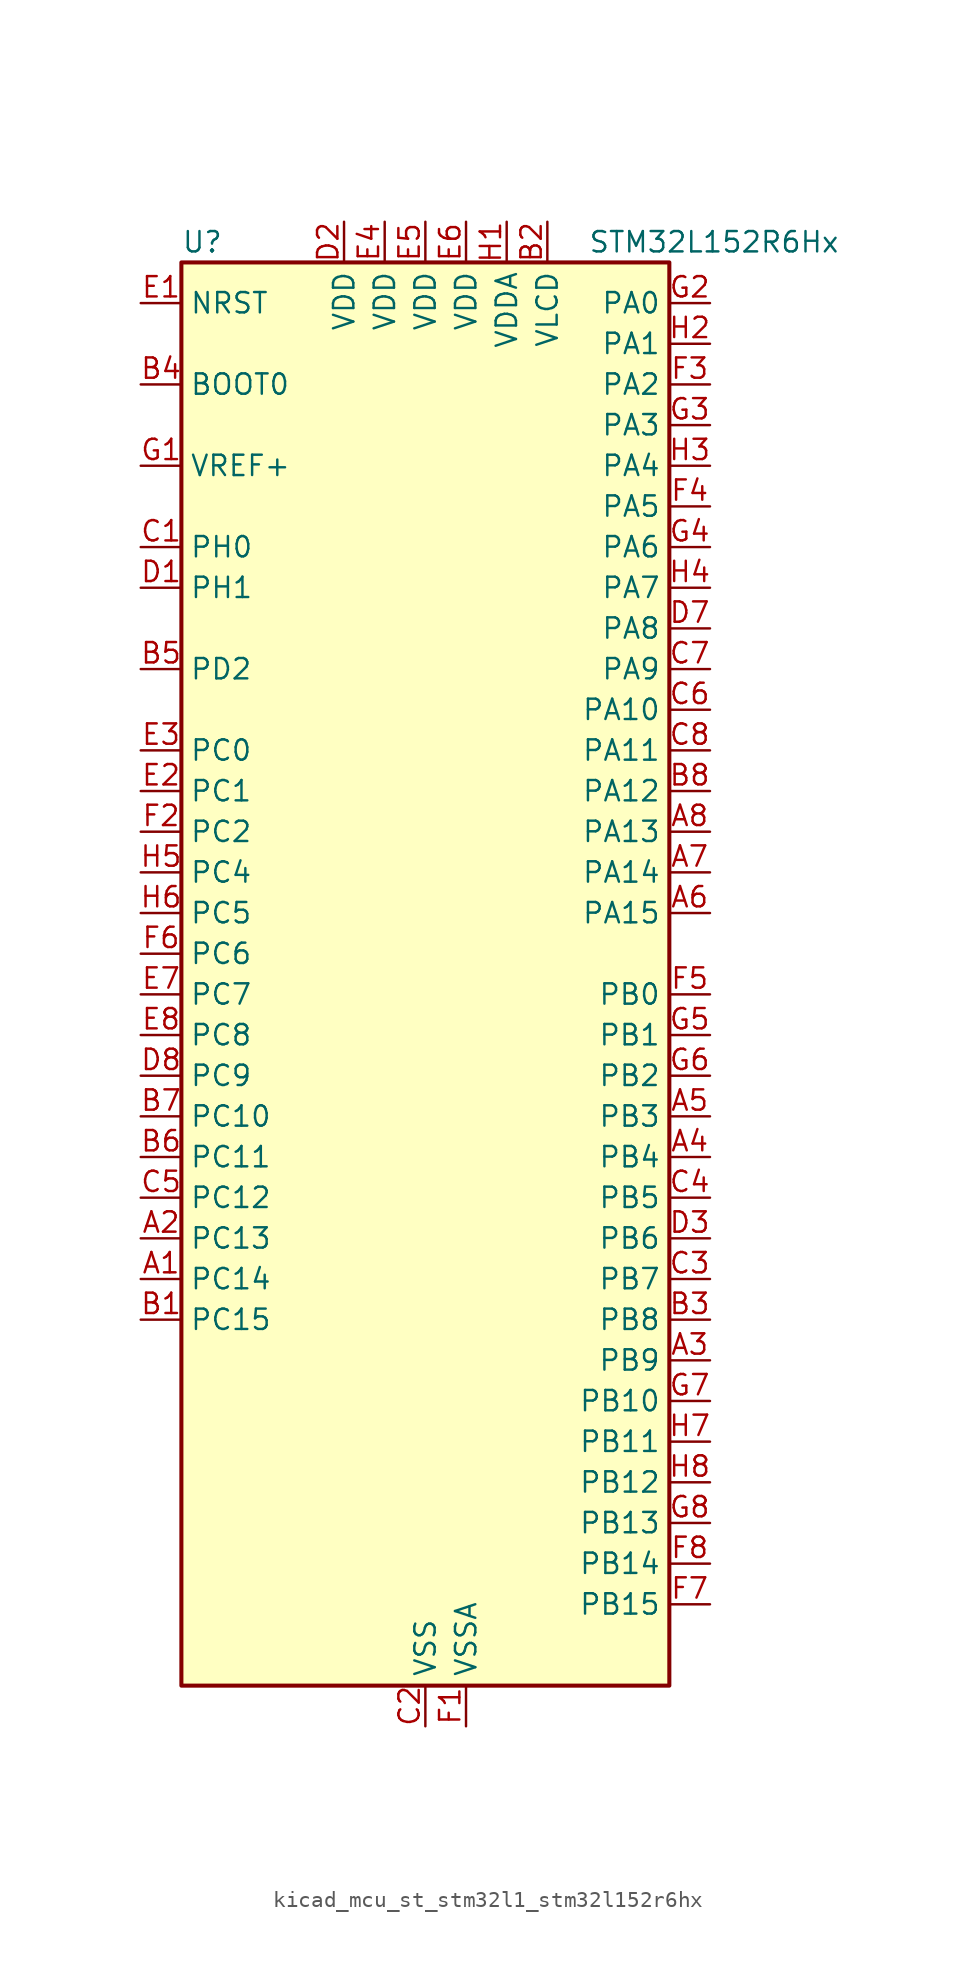
<source format=kicad_sym>
(kicad_symbol_lib
  (version 20220914)
  (generator kicad_symbol_editor)
  (symbol "kicad_mcu_st_stm32l1_stm32l152r6hx"
    (property "Reference" "U"
      (at -15.24 46.99 0)
      (effects (font (size 1.27 1.27)) (justify left)))
    (property "Value" "STM32L152R6Hx"
      (at 10.16 46.99 0)
      (effects (font (size 1.27 1.27)) (justify left)))
    (property "ki_locked" ""
      (at 0 0 0)
      (effects (font (size 1.27 1.27))))
    (symbol "kicad_mcu_st_stm32l1_stm32l152r6hx_0_1"
      (rectangle (start -15.24 -43.18) (end 15.24 45.72) (stroke (width 0.254) (type default)) (fill (type background))))
    (symbol "kicad_mcu_st_stm32l1_stm32l152r6hx_1_1"
      (pin bidirectional line (at -17.78 -17.78 0) (length 2.54) (name "PC14" (effects (font (size 1.27 1.27)))) (number "A1" (effects (font (size 1.27 1.27)))) (alternate "RCC_OSC32_IN" bidirectional line) (alternate "TIMX_IC3" bidirectional line))
      (pin bidirectional line (at -17.78 -15.24 0) (length 2.54) (name "PC13" (effects (font (size 1.27 1.27)))) (number "A2" (effects (font (size 1.27 1.27)))) (alternate "RTC_OUT_ALARM" bidirectional line) (alternate "RTC_OUT_CALIB" bidirectional line) (alternate "RTC_TAMP1" bidirectional line) (alternate "RTC_TS" bidirectional line) (alternate "SYS_WKUP2" bidirectional line) (alternate "TIMX_IC2" bidirectional line))
      (pin bidirectional line (at 17.78 -22.86 180) (length 2.54) (name "PB9" (effects (font (size 1.27 1.27)))) (number "A3" (effects (font (size 1.27 1.27)))) (alternate "DAC_EXTI9" bidirectional line) (alternate "I2C1_SDA" bidirectional line) (alternate "LCD_COM3" bidirectional line) (alternate "TIM11_CH1" bidirectional line) (alternate "TIM4_CH4" bidirectional line))
      (pin bidirectional line (at 17.78 -10.16 180) (length 2.54) (name "PB4" (effects (font (size 1.27 1.27)))) (number "A4" (effects (font (size 1.27 1.27)))) (alternate "COMP2_INP" bidirectional line) (alternate "LCD_SEG8" bidirectional line) (alternate "SPI1_MISO" bidirectional line) (alternate "SYS_JTRST" bidirectional line) (alternate "TIM3_CH1" bidirectional line) (alternate "TS_G6_IO1" bidirectional line))
      (pin bidirectional line (at 17.78 -7.62 180) (length 2.54) (name "PB3" (effects (font (size 1.27 1.27)))) (number "A5" (effects (font (size 1.27 1.27)))) (alternate "COMP2_INM" bidirectional line) (alternate "LCD_SEG7" bidirectional line) (alternate "SPI1_SCK" bidirectional line) (alternate "SYS_JTDO-TRACESWO" bidirectional line) (alternate "TIM2_CH2" bidirectional line))
      (pin bidirectional line (at 17.78 5.08 180) (length 2.54) (name "PA15" (effects (font (size 1.27 1.27)))) (number "A6" (effects (font (size 1.27 1.27)))) (alternate "ADC_EXTI15" bidirectional line) (alternate "LCD_SEG17" bidirectional line) (alternate "SPI1_NSS" bidirectional line) (alternate "SYS_JTDI" bidirectional line) (alternate "TIM2_CH1" bidirectional line) (alternate "TIM2_ETR" bidirectional line) (alternate "TIMX_IC4" bidirectional line) (alternate "TS_G5_IO3" bidirectional line))
      (pin bidirectional line (at 17.78 7.62 180) (length 2.54) (name "PA14" (effects (font (size 1.27 1.27)))) (number "A7" (effects (font (size 1.27 1.27)))) (alternate "SYS_JTCK-SWCLK" bidirectional line) (alternate "TIMX_IC3" bidirectional line) (alternate "TS_G5_IO2" bidirectional line))
      (pin bidirectional line (at 17.78 10.16 180) (length 2.54) (name "PA13" (effects (font (size 1.27 1.27)))) (number "A8" (effects (font (size 1.27 1.27)))) (alternate "SYS_JTMS-SWDIO" bidirectional line) (alternate "TIMX_IC2" bidirectional line) (alternate "TS_G5_IO1" bidirectional line))
      (pin bidirectional line (at -17.78 -20.32 0) (length 2.54) (name "PC15" (effects (font (size 1.27 1.27)))) (number "B1" (effects (font (size 1.27 1.27)))) (alternate "ADC_EXTI15" bidirectional line) (alternate "RCC_OSC32_OUT" bidirectional line) (alternate "TIMX_IC4" bidirectional line))
      (pin power_in line (at 7.62 48.26 270) (length 2.54) (name "VLCD" (effects (font (size 1.27 1.27)))) (number "B2" (effects (font (size 1.27 1.27)))))
      (pin bidirectional line (at 17.78 -20.32 180) (length 2.54) (name "PB8" (effects (font (size 1.27 1.27)))) (number "B3" (effects (font (size 1.27 1.27)))) (alternate "I2C1_SCL" bidirectional line) (alternate "LCD_SEG16" bidirectional line) (alternate "TIM10_CH1" bidirectional line) (alternate "TIM4_CH3" bidirectional line))
      (pin input line (at -17.78 38.1 0) (length 2.54) (name "BOOT0" (effects (font (size 1.27 1.27)))) (number "B4" (effects (font (size 1.27 1.27)))))
      (pin bidirectional line (at -17.78 20.32 0) (length 2.54) (name "PD2" (effects (font (size 1.27 1.27)))) (number "B5" (effects (font (size 1.27 1.27)))) (alternate "LCD_COM7" bidirectional line) (alternate "LCD_SEG31" bidirectional line) (alternate "TIM3_ETR" bidirectional line) (alternate "TIMX_IC3" bidirectional line))
      (pin bidirectional line (at -17.78 -10.16 0) (length 2.54) (name "PC11" (effects (font (size 1.27 1.27)))) (number "B6" (effects (font (size 1.27 1.27)))) (alternate "ADC_EXTI11" bidirectional line) (alternate "LCD_COM5" bidirectional line) (alternate "LCD_SEG29" bidirectional line) (alternate "TIMX_IC4" bidirectional line) (alternate "USART3_RX" bidirectional line))
      (pin bidirectional line (at -17.78 -7.62 0) (length 2.54) (name "PC10" (effects (font (size 1.27 1.27)))) (number "B7" (effects (font (size 1.27 1.27)))) (alternate "LCD_COM4" bidirectional line) (alternate "LCD_SEG28" bidirectional line) (alternate "TIMX_IC3" bidirectional line) (alternate "USART3_TX" bidirectional line))
      (pin bidirectional line (at 17.78 12.7 180) (length 2.54) (name "PA12" (effects (font (size 1.27 1.27)))) (number "B8" (effects (font (size 1.27 1.27)))) (alternate "SPI1_MOSI" bidirectional line) (alternate "TIMX_IC1" bidirectional line) (alternate "USART1_RTS" bidirectional line) (alternate "USB_DP" bidirectional line))
      (pin bidirectional line (at -17.78 27.94 0) (length 2.54) (name "PH0" (effects (font (size 1.27 1.27)))) (number "C1" (effects (font (size 1.27 1.27)))) (alternate "RCC_OSC_IN" bidirectional line))
      (pin power_in line (at 0 -45.72 90) (length 2.54) (name "VSS" (effects (font (size 1.27 1.27)))) (number "C2" (effects (font (size 1.27 1.27)))))
      (pin bidirectional line (at 17.78 -17.78 180) (length 2.54) (name "PB7" (effects (font (size 1.27 1.27)))) (number "C3" (effects (font (size 1.27 1.27)))) (alternate "I2C1_SDA" bidirectional line) (alternate "SYS_PVD_IN" bidirectional line) (alternate "TIM4_CH2" bidirectional line) (alternate "USART1_RX" bidirectional line))
      (pin bidirectional line (at 17.78 -12.7 180) (length 2.54) (name "PB5" (effects (font (size 1.27 1.27)))) (number "C4" (effects (font (size 1.27 1.27)))) (alternate "COMP2_INP" bidirectional line) (alternate "I2C1_SMBA" bidirectional line) (alternate "LCD_SEG9" bidirectional line) (alternate "SPI1_MOSI" bidirectional line) (alternate "TIM3_CH2" bidirectional line) (alternate "TS_G6_IO2" bidirectional line))
      (pin bidirectional line (at -17.78 -12.7 0) (length 2.54) (name "PC12" (effects (font (size 1.27 1.27)))) (number "C5" (effects (font (size 1.27 1.27)))) (alternate "LCD_COM6" bidirectional line) (alternate "LCD_SEG30" bidirectional line) (alternate "TIMX_IC1" bidirectional line) (alternate "USART3_CK" bidirectional line))
      (pin bidirectional line (at 17.78 17.78 180) (length 2.54) (name "PA10" (effects (font (size 1.27 1.27)))) (number "C6" (effects (font (size 1.27 1.27)))) (alternate "LCD_COM2" bidirectional line) (alternate "TIMX_IC3" bidirectional line) (alternate "TS_G4_IO3" bidirectional line) (alternate "USART1_RX" bidirectional line))
      (pin bidirectional line (at 17.78 20.32 180) (length 2.54) (name "PA9" (effects (font (size 1.27 1.27)))) (number "C7" (effects (font (size 1.27 1.27)))) (alternate "DAC_EXTI9" bidirectional line) (alternate "LCD_COM1" bidirectional line) (alternate "TIMX_IC2" bidirectional line) (alternate "TS_G4_IO2" bidirectional line) (alternate "USART1_TX" bidirectional line))
      (pin bidirectional line (at 17.78 15.24 180) (length 2.54) (name "PA11" (effects (font (size 1.27 1.27)))) (number "C8" (effects (font (size 1.27 1.27)))) (alternate "ADC_EXTI11" bidirectional line) (alternate "SPI1_MISO" bidirectional line) (alternate "TIMX_IC4" bidirectional line) (alternate "USART1_CTS" bidirectional line) (alternate "USB_DM" bidirectional line))
      (pin bidirectional line (at -17.78 25.4 0) (length 2.54) (name "PH1" (effects (font (size 1.27 1.27)))) (number "D1" (effects (font (size 1.27 1.27)))) (alternate "RCC_OSC_OUT" bidirectional line))
      (pin power_in line (at -5.08 48.26 270) (length 2.54) (name "VDD" (effects (font (size 1.27 1.27)))) (number "D2" (effects (font (size 1.27 1.27)))))
      (pin bidirectional line (at 17.78 -15.24 180) (length 2.54) (name "PB6" (effects (font (size 1.27 1.27)))) (number "D3" (effects (font (size 1.27 1.27)))) (alternate "I2C1_SCL" bidirectional line) (alternate "TIM4_CH1" bidirectional line) (alternate "USART1_TX" bidirectional line))
      (pin passive line (at 0 -45.72 90) (length 2.54) hide (name "VSS" (effects (font (size 1.27 1.27)))) (number "D4" (effects (font (size 1.27 1.27)))))
      (pin passive line (at 0 -45.72 90) (length 2.54) hide (name "VSS" (effects (font (size 1.27 1.27)))) (number "D5" (effects (font (size 1.27 1.27)))))
      (pin passive line (at 0 -45.72 90) (length 2.54) hide (name "VSS" (effects (font (size 1.27 1.27)))) (number "D6" (effects (font (size 1.27 1.27)))))
      (pin bidirectional line (at 17.78 22.86 180) (length 2.54) (name "PA8" (effects (font (size 1.27 1.27)))) (number "D7" (effects (font (size 1.27 1.27)))) (alternate "LCD_COM0" bidirectional line) (alternate "RCC_MCO" bidirectional line) (alternate "TIMX_IC1" bidirectional line) (alternate "TS_G4_IO1" bidirectional line) (alternate "USART1_CK" bidirectional line))
      (pin bidirectional line (at -17.78 -5.08 0) (length 2.54) (name "PC9" (effects (font (size 1.27 1.27)))) (number "D8" (effects (font (size 1.27 1.27)))) (alternate "DAC_EXTI9" bidirectional line) (alternate "LCD_SEG27" bidirectional line) (alternate "TIM3_CH4" bidirectional line) (alternate "TIMX_IC2" bidirectional line) (alternate "TS_G10_IO4" bidirectional line))
      (pin input line (at -17.78 43.18 0) (length 2.54) (name "NRST" (effects (font (size 1.27 1.27)))) (number "E1" (effects (font (size 1.27 1.27)))))
      (pin bidirectional line (at -17.78 12.7 0) (length 2.54) (name "PC1" (effects (font (size 1.27 1.27)))) (number "E2" (effects (font (size 1.27 1.27)))) (alternate "ADC_IN11" bidirectional line) (alternate "COMP1_INP" bidirectional line) (alternate "LCD_SEG19" bidirectional line) (alternate "TIMX_IC2" bidirectional line) (alternate "TS_G8_IO2" bidirectional line))
      (pin bidirectional line (at -17.78 15.24 0) (length 2.54) (name "PC0" (effects (font (size 1.27 1.27)))) (number "E3" (effects (font (size 1.27 1.27)))) (alternate "ADC_IN10" bidirectional line) (alternate "COMP1_INP" bidirectional line) (alternate "LCD_SEG18" bidirectional line) (alternate "TIMX_IC1" bidirectional line) (alternate "TS_G8_IO1" bidirectional line))
      (pin power_in line (at -2.54 48.26 270) (length 2.54) (name "VDD" (effects (font (size 1.27 1.27)))) (number "E4" (effects (font (size 1.27 1.27)))))
      (pin power_in line (at 0 48.26 270) (length 2.54) (name "VDD" (effects (font (size 1.27 1.27)))) (number "E5" (effects (font (size 1.27 1.27)))))
      (pin power_in line (at 2.54 48.26 270) (length 2.54) (name "VDD" (effects (font (size 1.27 1.27)))) (number "E6" (effects (font (size 1.27 1.27)))))
      (pin bidirectional line (at -17.78 0 0) (length 2.54) (name "PC7" (effects (font (size 1.27 1.27)))) (number "E7" (effects (font (size 1.27 1.27)))) (alternate "LCD_SEG25" bidirectional line) (alternate "TIM3_CH2" bidirectional line) (alternate "TIMX_IC4" bidirectional line) (alternate "TS_G10_IO2" bidirectional line))
      (pin bidirectional line (at -17.78 -2.54 0) (length 2.54) (name "PC8" (effects (font (size 1.27 1.27)))) (number "E8" (effects (font (size 1.27 1.27)))) (alternate "LCD_SEG26" bidirectional line) (alternate "TIM3_CH3" bidirectional line) (alternate "TIMX_IC1" bidirectional line) (alternate "TS_G10_IO3" bidirectional line))
      (pin power_in line (at 2.54 -45.72 90) (length 2.54) (name "VSSA" (effects (font (size 1.27 1.27)))) (number "F1" (effects (font (size 1.27 1.27)))))
      (pin bidirectional line (at -17.78 10.16 0) (length 2.54) (name "PC2" (effects (font (size 1.27 1.27)))) (number "F2" (effects (font (size 1.27 1.27)))) (alternate "ADC_IN12" bidirectional line) (alternate "COMP1_INP" bidirectional line) (alternate "LCD_SEG20" bidirectional line) (alternate "TIMX_IC3" bidirectional line) (alternate "TS_G8_IO3" bidirectional line))
      (pin bidirectional line (at 17.78 38.1 180) (length 2.54) (name "PA2" (effects (font (size 1.27 1.27)))) (number "F3" (effects (font (size 1.27 1.27)))) (alternate "ADC_IN2" bidirectional line) (alternate "COMP1_INP" bidirectional line) (alternate "LCD_SEG1" bidirectional line) (alternate "TIM2_CH3" bidirectional line) (alternate "TIM9_CH1" bidirectional line) (alternate "TIMX_IC3" bidirectional line) (alternate "TS_G1_IO3" bidirectional line) (alternate "USART2_TX" bidirectional line))
      (pin bidirectional line (at 17.78 30.48 180) (length 2.54) (name "PA5" (effects (font (size 1.27 1.27)))) (number "F4" (effects (font (size 1.27 1.27)))) (alternate "ADC_IN5" bidirectional line) (alternate "COMP1_INP" bidirectional line) (alternate "DAC_OUT2" bidirectional line) (alternate "SPI1_SCK" bidirectional line) (alternate "TIM2_CH1" bidirectional line) (alternate "TIM2_ETR" bidirectional line) (alternate "TIMX_IC2" bidirectional line))
      (pin bidirectional line (at 17.78 0 180) (length 2.54) (name "PB0" (effects (font (size 1.27 1.27)))) (number "F5" (effects (font (size 1.27 1.27)))) (alternate "ADC_IN8" bidirectional line) (alternate "COMP1_INP" bidirectional line) (alternate "LCD_SEG5" bidirectional line) (alternate "SYS_V_REF_OUT" bidirectional line) (alternate "TIM3_CH3" bidirectional line) (alternate "TS_G3_IO1" bidirectional line))
      (pin bidirectional line (at -17.78 2.54 0) (length 2.54) (name "PC6" (effects (font (size 1.27 1.27)))) (number "F6" (effects (font (size 1.27 1.27)))) (alternate "LCD_SEG24" bidirectional line) (alternate "TIM3_CH1" bidirectional line) (alternate "TIMX_IC3" bidirectional line) (alternate "TS_G10_IO1" bidirectional line))
      (pin bidirectional line (at 17.78 -38.1 180) (length 2.54) (name "PB15" (effects (font (size 1.27 1.27)))) (number "F7" (effects (font (size 1.27 1.27)))) (alternate "ADC_EXTI15" bidirectional line) (alternate "ADC_IN21" bidirectional line) (alternate "COMP1_INP" bidirectional line) (alternate "LCD_SEG15" bidirectional line) (alternate "RTC_REFIN" bidirectional line) (alternate "SPI2_MOSI" bidirectional line) (alternate "TIM11_CH1" bidirectional line) (alternate "TS_G7_IO4" bidirectional line))
      (pin bidirectional line (at 17.78 -35.56 180) (length 2.54) (name "PB14" (effects (font (size 1.27 1.27)))) (number "F8" (effects (font (size 1.27 1.27)))) (alternate "ADC_IN20" bidirectional line) (alternate "COMP1_INP" bidirectional line) (alternate "LCD_SEG14" bidirectional line) (alternate "SPI2_MISO" bidirectional line) (alternate "TIM9_CH2" bidirectional line) (alternate "TS_G7_IO3" bidirectional line) (alternate "USART3_RTS" bidirectional line))
      (pin input line (at -17.78 33.02 0) (length 2.54) (name "VREF+" (effects (font (size 1.27 1.27)))) (number "G1" (effects (font (size 1.27 1.27)))))
      (pin bidirectional line (at 17.78 43.18 180) (length 2.54) (name "PA0" (effects (font (size 1.27 1.27)))) (number "G2" (effects (font (size 1.27 1.27)))) (alternate "ADC_IN0" bidirectional line) (alternate "COMP1_INP" bidirectional line) (alternate "SYS_WKUP1" bidirectional line) (alternate "TIM2_CH1" bidirectional line) (alternate "TIM2_ETR" bidirectional line) (alternate "TIMX_IC1" bidirectional line) (alternate "TS_G1_IO1" bidirectional line) (alternate "USART2_CTS" bidirectional line))
      (pin bidirectional line (at 17.78 35.56 180) (length 2.54) (name "PA3" (effects (font (size 1.27 1.27)))) (number "G3" (effects (font (size 1.27 1.27)))) (alternate "ADC_IN3" bidirectional line) (alternate "COMP1_INP" bidirectional line) (alternate "LCD_SEG2" bidirectional line) (alternate "TIM2_CH4" bidirectional line) (alternate "TIM9_CH2" bidirectional line) (alternate "TIMX_IC4" bidirectional line) (alternate "TS_G1_IO4" bidirectional line) (alternate "USART2_RX" bidirectional line))
      (pin bidirectional line (at 17.78 27.94 180) (length 2.54) (name "PA6" (effects (font (size 1.27 1.27)))) (number "G4" (effects (font (size 1.27 1.27)))) (alternate "ADC_IN6" bidirectional line) (alternate "COMP1_INP" bidirectional line) (alternate "LCD_SEG3" bidirectional line) (alternate "SPI1_MISO" bidirectional line) (alternate "TIM10_CH1" bidirectional line) (alternate "TIM3_CH1" bidirectional line) (alternate "TIMX_IC3" bidirectional line) (alternate "TS_G2_IO1" bidirectional line))
      (pin bidirectional line (at 17.78 -2.54 180) (length 2.54) (name "PB1" (effects (font (size 1.27 1.27)))) (number "G5" (effects (font (size 1.27 1.27)))) (alternate "ADC_IN9" bidirectional line) (alternate "COMP1_INP" bidirectional line) (alternate "LCD_SEG6" bidirectional line) (alternate "SYS_V_REF_OUT" bidirectional line) (alternate "TIM3_CH4" bidirectional line) (alternate "TS_G3_IO2" bidirectional line))
      (pin bidirectional line (at 17.78 -5.08 180) (length 2.54) (name "PB2" (effects (font (size 1.27 1.27)))) (number "G6" (effects (font (size 1.27 1.27)))))
      (pin bidirectional line (at 17.78 -25.4 180) (length 2.54) (name "PB10" (effects (font (size 1.27 1.27)))) (number "G7" (effects (font (size 1.27 1.27)))) (alternate "I2C2_SCL" bidirectional line) (alternate "LCD_SEG10" bidirectional line) (alternate "TIM2_CH3" bidirectional line) (alternate "USART3_TX" bidirectional line))
      (pin bidirectional line (at 17.78 -33.02 180) (length 2.54) (name "PB13" (effects (font (size 1.27 1.27)))) (number "G8" (effects (font (size 1.27 1.27)))) (alternate "ADC_IN19" bidirectional line) (alternate "COMP1_INP" bidirectional line) (alternate "LCD_SEG13" bidirectional line) (alternate "SPI2_SCK" bidirectional line) (alternate "TIM9_CH1" bidirectional line) (alternate "TS_G7_IO2" bidirectional line) (alternate "USART3_CTS" bidirectional line))
      (pin power_in line (at 5.08 48.26 270) (length 2.54) (name "VDDA" (effects (font (size 1.27 1.27)))) (number "H1" (effects (font (size 1.27 1.27)))))
      (pin bidirectional line (at 17.78 40.64 180) (length 2.54) (name "PA1" (effects (font (size 1.27 1.27)))) (number "H2" (effects (font (size 1.27 1.27)))) (alternate "ADC_IN1" bidirectional line) (alternate "COMP1_INP" bidirectional line) (alternate "LCD_SEG0" bidirectional line) (alternate "TIM2_CH2" bidirectional line) (alternate "TIMX_IC2" bidirectional line) (alternate "TS_G1_IO2" bidirectional line) (alternate "USART2_RTS" bidirectional line))
      (pin bidirectional line (at 17.78 33.02 180) (length 2.54) (name "PA4" (effects (font (size 1.27 1.27)))) (number "H3" (effects (font (size 1.27 1.27)))) (alternate "ADC_IN4" bidirectional line) (alternate "COMP1_INP" bidirectional line) (alternate "DAC_OUT1" bidirectional line) (alternate "SPI1_NSS" bidirectional line) (alternate "TIMX_IC1" bidirectional line) (alternate "USART2_CK" bidirectional line))
      (pin bidirectional line (at 17.78 25.4 180) (length 2.54) (name "PA7" (effects (font (size 1.27 1.27)))) (number "H4" (effects (font (size 1.27 1.27)))) (alternate "ADC_IN7" bidirectional line) (alternate "COMP1_INP" bidirectional line) (alternate "LCD_SEG4" bidirectional line) (alternate "SPI1_MOSI" bidirectional line) (alternate "TIM11_CH1" bidirectional line) (alternate "TIM3_CH2" bidirectional line) (alternate "TIMX_IC4" bidirectional line) (alternate "TS_G2_IO2" bidirectional line))
      (pin bidirectional line (at -17.78 7.62 0) (length 2.54) (name "PC4" (effects (font (size 1.27 1.27)))) (number "H5" (effects (font (size 1.27 1.27)))) (alternate "ADC_IN14" bidirectional line) (alternate "COMP1_INP" bidirectional line) (alternate "LCD_SEG22" bidirectional line) (alternate "TIMX_IC1" bidirectional line) (alternate "TS_G9_IO1" bidirectional line))
      (pin bidirectional line (at -17.78 5.08 0) (length 2.54) (name "PC5" (effects (font (size 1.27 1.27)))) (number "H6" (effects (font (size 1.27 1.27)))) (alternate "ADC_IN15" bidirectional line) (alternate "COMP1_INP" bidirectional line) (alternate "LCD_SEG23" bidirectional line) (alternate "TIMX_IC2" bidirectional line) (alternate "TS_G9_IO2" bidirectional line))
      (pin bidirectional line (at 17.78 -27.94 180) (length 2.54) (name "PB11" (effects (font (size 1.27 1.27)))) (number "H7" (effects (font (size 1.27 1.27)))) (alternate "ADC_EXTI11" bidirectional line) (alternate "I2C2_SDA" bidirectional line) (alternate "LCD_SEG11" bidirectional line) (alternate "TIM2_CH4" bidirectional line) (alternate "USART3_RX" bidirectional line))
      (pin bidirectional line (at 17.78 -30.48 180) (length 2.54) (name "PB12" (effects (font (size 1.27 1.27)))) (number "H8" (effects (font (size 1.27 1.27)))) (alternate "ADC_IN18" bidirectional line) (alternate "COMP1_INP" bidirectional line) (alternate "I2C2_SMBA" bidirectional line) (alternate "LCD_SEG12" bidirectional line) (alternate "SPI2_NSS" bidirectional line) (alternate "TIM10_CH1" bidirectional line) (alternate "TS_G7_IO1" bidirectional line) (alternate "USART3_CK" bidirectional line)))))
</source>
